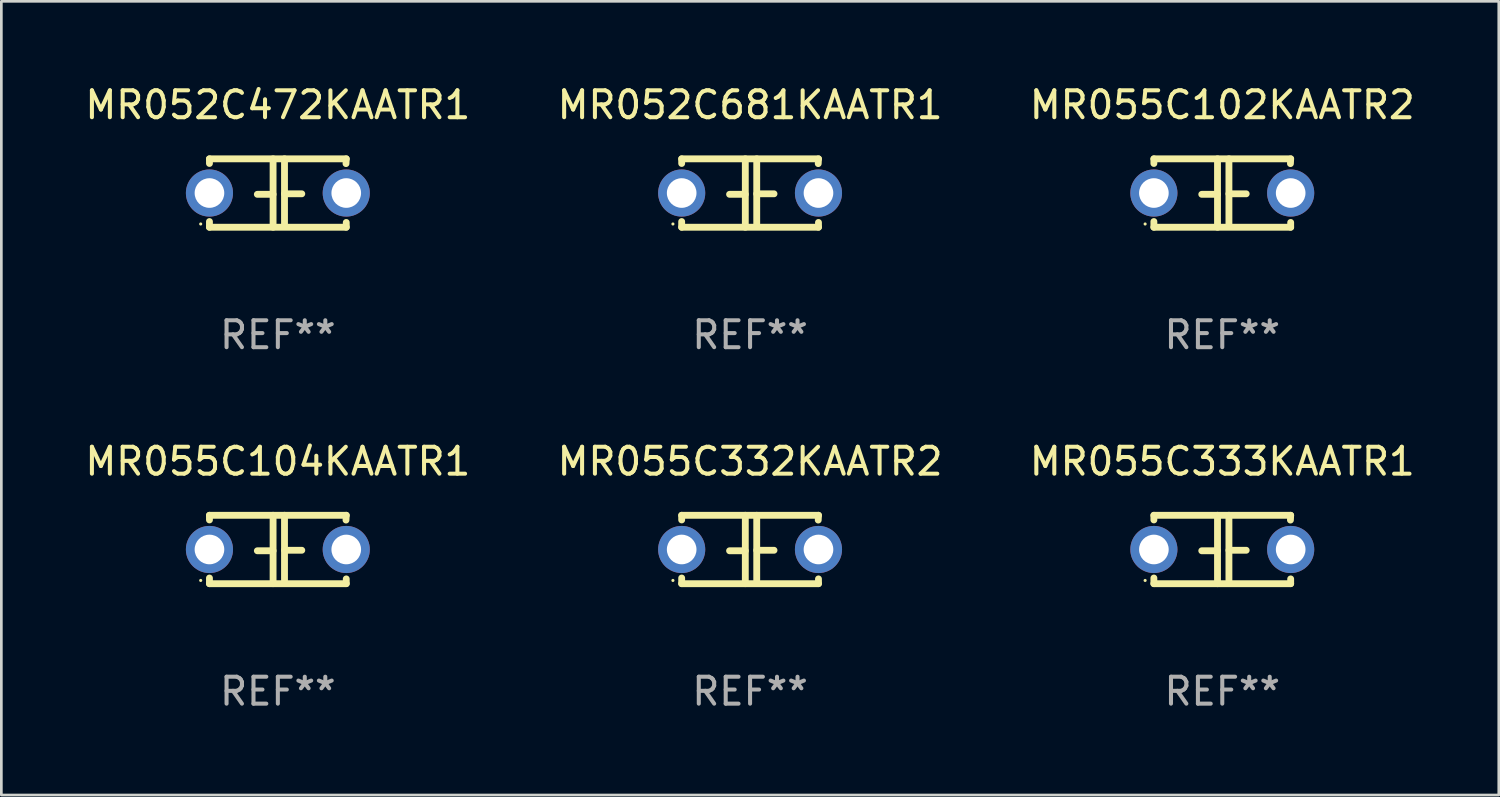
<source format=kicad_pcb>
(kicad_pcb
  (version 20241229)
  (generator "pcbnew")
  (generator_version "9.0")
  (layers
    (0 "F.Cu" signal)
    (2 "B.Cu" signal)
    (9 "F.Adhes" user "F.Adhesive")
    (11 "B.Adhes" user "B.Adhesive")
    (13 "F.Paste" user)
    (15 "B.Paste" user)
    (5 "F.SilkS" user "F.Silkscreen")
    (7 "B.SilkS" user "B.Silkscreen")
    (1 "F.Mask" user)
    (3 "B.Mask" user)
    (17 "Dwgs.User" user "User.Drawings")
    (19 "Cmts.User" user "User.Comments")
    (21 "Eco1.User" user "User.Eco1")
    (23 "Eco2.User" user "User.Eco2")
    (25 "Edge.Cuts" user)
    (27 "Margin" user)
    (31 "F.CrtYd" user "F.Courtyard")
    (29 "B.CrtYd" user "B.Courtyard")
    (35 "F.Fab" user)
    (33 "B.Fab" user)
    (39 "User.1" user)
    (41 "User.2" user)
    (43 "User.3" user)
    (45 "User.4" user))
  (footprint "MR052C681KAATR1"
    (layer "F.Cu")
    (at 24.804 4.118)
    (property "Reference" "MR052C681KAATR1" (at 0 -3.27 0) (layer "F.SilkS") (effects (font (size 1 1) (thickness 0.15))))
    (attr through_hole)
    (fp_line (start -2.54 -1.27) (end 2.54 -1.27) (stroke (width 0.254) (type solid)) (layer "F.SilkS"))
    (fp_line (start -2.54 -1.097) (end -2.54 -1.27) (stroke (width 0.254) (type solid)) (layer "F.SilkS"))
    (fp_line (start -2.54 1.27) (end -2.54 1.059) (stroke (width 0.254) (type solid)) (layer "F.SilkS"))
    (fp_line (start -0.177 -1.27) (end -0.177 1.27) (stroke (width 0.254) (type solid)) (layer "F.SilkS"))
    (fp_line (start -0.177 0.048) (end -0.762 0.048) (stroke (width 0.254) (type solid)) (layer "F.SilkS"))
    (fp_line (start 0.247 -1.27) (end 0.247 1.143) (stroke (width 0.254) (type solid)) (layer "F.SilkS"))
    (fp_line (start 0.247 0.029) (end 0.889 0.029) (stroke (width 0.254) (type solid)) (layer "F.SilkS"))
    (fp_line (start 2.54 -1.27) (end 2.531 -1.092) (stroke (width 0.254) (type solid)) (layer "F.SilkS"))
    (fp_line (start 2.54 1.092) (end 2.54 1.27) (stroke (width 0.254) (type solid)) (layer "F.SilkS"))
    (fp_line (start 2.54 1.27) (end -2.54 1.27) (stroke (width 0.254) (type solid)) (layer "F.SilkS"))
    (fp_circle (center -2.865 1.15) (end -2.835 1.15) (stroke (width 0.06) (type solid)) (fill no) (layer "F.SilkS"))
    (fp_text user "REF**" (at 0 5.27 0) (layer "F.Fab") (effects (font (size 1 1) (thickness 0.15))))
    (pad "1" thru_hole circle (at -2.54 0) (size 1.75 1.75) (drill 1.1) (layers "*.Cu" "*.Mask"))
    (pad "2" thru_hole circle (at 2.54 0) (size 1.75 1.75) (drill 1.1) (layers "*.Cu" "*.Mask")))
  (footprint "MR055C333KAATR1"
    (layer "F.Cu")
    (at 42.339 17.355)
    (property "Reference" "MR055C333KAATR1" (at 0 -3.27 0) (layer "F.SilkS") (effects (font (size 1 1) (thickness 0.15))))
    (attr through_hole)
    (fp_line (start -2.54 -1.27) (end 2.54 -1.27) (stroke (width 0.254) (type solid)) (layer "F.SilkS"))
    (fp_line (start -2.54 -1.097) (end -2.54 -1.27) (stroke (width 0.254) (type solid)) (layer "F.SilkS"))
    (fp_line (start -2.54 1.27) (end -2.54 1.059) (stroke (width 0.254) (type solid)) (layer "F.SilkS"))
    (fp_line (start -0.177 -1.27) (end -0.177 1.27) (stroke (width 0.254) (type solid)) (layer "F.SilkS"))
    (fp_line (start -0.177 0.048) (end -0.762 0.048) (stroke (width 0.254) (type solid)) (layer "F.SilkS"))
    (fp_line (start 0.247 -1.27) (end 0.247 1.143) (stroke (width 0.254) (type solid)) (layer "F.SilkS"))
    (fp_line (start 0.247 0.029) (end 0.889 0.029) (stroke (width 0.254) (type solid)) (layer "F.SilkS"))
    (fp_line (start 2.54 -1.27) (end 2.531 -1.092) (stroke (width 0.254) (type solid)) (layer "F.SilkS"))
    (fp_line (start 2.54 1.092) (end 2.54 1.27) (stroke (width 0.254) (type solid)) (layer "F.SilkS"))
    (fp_line (start 2.54 1.27) (end -2.54 1.27) (stroke (width 0.254) (type solid)) (layer "F.SilkS"))
    (fp_circle (center -2.865 1.15) (end -2.835 1.15) (stroke (width 0.06) (type solid)) (fill no) (layer "F.SilkS"))
    (fp_text user "REF**" (at 0 5.27 0) (layer "F.Fab") (effects (font (size 1 1) (thickness 0.15))))
    (pad "1" thru_hole circle (at -2.54 0) (size 1.75 1.75) (drill 1.1) (layers "*.Cu" "*.Mask"))
    (pad "2" thru_hole circle (at 2.54 0) (size 1.75 1.75) (drill 1.1) (layers "*.Cu" "*.Mask")))
  (footprint "MR055C102KAATR2"
    (layer "F.Cu")
    (at 42.339 4.118)
    (property "Reference" "MR055C102KAATR2" (at 0 -3.27 0) (layer "F.SilkS") (effects (font (size 1 1) (thickness 0.15))))
    (attr through_hole)
    (fp_line (start -2.54 -1.27) (end 2.54 -1.27) (stroke (width 0.254) (type solid)) (layer "F.SilkS"))
    (fp_line (start -2.54 -1.097) (end -2.54 -1.27) (stroke (width 0.254) (type solid)) (layer "F.SilkS"))
    (fp_line (start -2.54 1.27) (end -2.54 1.059) (stroke (width 0.254) (type solid)) (layer "F.SilkS"))
    (fp_line (start -0.177 -1.27) (end -0.177 1.27) (stroke (width 0.254) (type solid)) (layer "F.SilkS"))
    (fp_line (start -0.177 0.048) (end -0.762 0.048) (stroke (width 0.254) (type solid)) (layer "F.SilkS"))
    (fp_line (start 0.247 -1.27) (end 0.247 1.143) (stroke (width 0.254) (type solid)) (layer "F.SilkS"))
    (fp_line (start 0.247 0.029) (end 0.889 0.029) (stroke (width 0.254) (type solid)) (layer "F.SilkS"))
    (fp_line (start 2.54 -1.27) (end 2.531 -1.092) (stroke (width 0.254) (type solid)) (layer "F.SilkS"))
    (fp_line (start 2.54 1.092) (end 2.54 1.27) (stroke (width 0.254) (type solid)) (layer "F.SilkS"))
    (fp_line (start 2.54 1.27) (end -2.54 1.27) (stroke (width 0.254) (type solid)) (layer "F.SilkS"))
    (fp_circle (center -2.865 1.15) (end -2.835 1.15) (stroke (width 0.06) (type solid)) (fill no) (layer "F.SilkS"))
    (fp_text user "REF**" (at 0 5.27 0) (layer "F.Fab") (effects (font (size 1 1) (thickness 0.15))))
    (pad "1" thru_hole circle (at -2.54 0) (size 1.75 1.75) (drill 1.1) (layers "*.Cu" "*.Mask"))
    (pad "2" thru_hole circle (at 2.54 0) (size 1.75 1.75) (drill 1.1) (layers "*.Cu" "*.Mask")))
  (footprint "MR055C332KAATR2"
    (layer "F.Cu")
    (at 24.804 17.355)
    (property "Reference" "MR055C332KAATR2" (at 0 -3.27 0) (layer "F.SilkS") (effects (font (size 1 1) (thickness 0.15))))
    (attr through_hole)
    (fp_line (start -2.54 -1.27) (end 2.54 -1.27) (stroke (width 0.254) (type solid)) (layer "F.SilkS"))
    (fp_line (start -2.54 -1.097) (end -2.54 -1.27) (stroke (width 0.254) (type solid)) (layer "F.SilkS"))
    (fp_line (start -2.54 1.27) (end -2.54 1.059) (stroke (width 0.254) (type solid)) (layer "F.SilkS"))
    (fp_line (start -0.177 -1.27) (end -0.177 1.27) (stroke (width 0.254) (type solid)) (layer "F.SilkS"))
    (fp_line (start -0.177 0.048) (end -0.762 0.048) (stroke (width 0.254) (type solid)) (layer "F.SilkS"))
    (fp_line (start 0.247 -1.27) (end 0.247 1.143) (stroke (width 0.254) (type solid)) (layer "F.SilkS"))
    (fp_line (start 0.247 0.029) (end 0.889 0.029) (stroke (width 0.254) (type solid)) (layer "F.SilkS"))
    (fp_line (start 2.54 -1.27) (end 2.531 -1.092) (stroke (width 0.254) (type solid)) (layer "F.SilkS"))
    (fp_line (start 2.54 1.092) (end 2.54 1.27) (stroke (width 0.254) (type solid)) (layer "F.SilkS"))
    (fp_line (start 2.54 1.27) (end -2.54 1.27) (stroke (width 0.254) (type solid)) (layer "F.SilkS"))
    (fp_circle (center -2.865 1.15) (end -2.835 1.15) (stroke (width 0.06) (type solid)) (fill no) (layer "F.SilkS"))
    (fp_text user "REF**" (at 0 5.27 0) (layer "F.Fab") (effects (font (size 1 1) (thickness 0.15))))
    (pad "1" thru_hole circle (at -2.54 0) (size 1.75 1.75) (drill 1.1) (layers "*.Cu" "*.Mask"))
    (pad "2" thru_hole circle (at 2.54 0) (size 1.75 1.75) (drill 1.1) (layers "*.Cu" "*.Mask")))
  (footprint "MR055C104KAATR1"
    (layer "F.Cu")
    (at 7.268 17.355)
    (property "Reference" "MR055C104KAATR1" (at 0 -3.27 0) (layer "F.SilkS") (effects (font (size 1 1) (thickness 0.15))))
    (attr through_hole)
    (fp_line (start -2.54 -1.27) (end 2.54 -1.27) (stroke (width 0.254) (type solid)) (layer "F.SilkS"))
    (fp_line (start -2.54 -1.097) (end -2.54 -1.27) (stroke (width 0.254) (type solid)) (layer "F.SilkS"))
    (fp_line (start -2.54 1.27) (end -2.54 1.059) (stroke (width 0.254) (type solid)) (layer "F.SilkS"))
    (fp_line (start -0.177 -1.27) (end -0.177 1.27) (stroke (width 0.254) (type solid)) (layer "F.SilkS"))
    (fp_line (start -0.177 0.048) (end -0.762 0.048) (stroke (width 0.254) (type solid)) (layer "F.SilkS"))
    (fp_line (start 0.247 -1.27) (end 0.247 1.143) (stroke (width 0.254) (type solid)) (layer "F.SilkS"))
    (fp_line (start 0.247 0.029) (end 0.889 0.029) (stroke (width 0.254) (type solid)) (layer "F.SilkS"))
    (fp_line (start 2.54 -1.27) (end 2.531 -1.092) (stroke (width 0.254) (type solid)) (layer "F.SilkS"))
    (fp_line (start 2.54 1.092) (end 2.54 1.27) (stroke (width 0.254) (type solid)) (layer "F.SilkS"))
    (fp_line (start 2.54 1.27) (end -2.54 1.27) (stroke (width 0.254) (type solid)) (layer "F.SilkS"))
    (fp_circle (center -2.865 1.15) (end -2.835 1.15) (stroke (width 0.06) (type solid)) (fill no) (layer "F.SilkS"))
    (fp_text user "REF**" (at 0 5.27 0) (layer "F.Fab") (effects (font (size 1 1) (thickness 0.15))))
    (pad "1" thru_hole circle (at -2.54 0) (size 1.75 1.75) (drill 1.1) (layers "*.Cu" "*.Mask"))
    (pad "2" thru_hole circle (at 2.54 0) (size 1.75 1.75) (drill 1.1) (layers "*.Cu" "*.Mask")))
  (footprint "MR052C472KAATR1"
    (layer "F.Cu")
    (at 7.268 4.118)
    (property "Reference" "MR052C472KAATR1" (at 0 -3.27 0) (layer "F.SilkS") (effects (font (size 1 1) (thickness 0.15))))
    (attr through_hole)
    (fp_line (start -2.54 -1.27) (end 2.54 -1.27) (stroke (width 0.254) (type solid)) (layer "F.SilkS"))
    (fp_line (start -2.54 -1.097) (end -2.54 -1.27) (stroke (width 0.254) (type solid)) (layer "F.SilkS"))
    (fp_line (start -2.54 1.27) (end -2.54 1.059) (stroke (width 0.254) (type solid)) (layer "F.SilkS"))
    (fp_line (start -0.177 -1.27) (end -0.177 1.27) (stroke (width 0.254) (type solid)) (layer "F.SilkS"))
    (fp_line (start -0.177 0.048) (end -0.762 0.048) (stroke (width 0.254) (type solid)) (layer "F.SilkS"))
    (fp_line (start 0.247 -1.27) (end 0.247 1.143) (stroke (width 0.254) (type solid)) (layer "F.SilkS"))
    (fp_line (start 0.247 0.029) (end 0.889 0.029) (stroke (width 0.254) (type solid)) (layer "F.SilkS"))
    (fp_line (start 2.54 -1.27) (end 2.531 -1.092) (stroke (width 0.254) (type solid)) (layer "F.SilkS"))
    (fp_line (start 2.54 1.092) (end 2.54 1.27) (stroke (width 0.254) (type solid)) (layer "F.SilkS"))
    (fp_line (start 2.54 1.27) (end -2.54 1.27) (stroke (width 0.254) (type solid)) (layer "F.SilkS"))
    (fp_circle (center -2.865 1.15) (end -2.835 1.15) (stroke (width 0.06) (type solid)) (fill no) (layer "F.SilkS"))
    (fp_text user "REF**" (at 0 5.27 0) (layer "F.Fab") (effects (font (size 1 1) (thickness 0.15))))
    (pad "1" thru_hole circle (at -2.54 0) (size 1.75 1.75) (drill 1.1) (layers "*.Cu" "*.Mask"))
    (pad "2" thru_hole circle (at 2.54 0) (size 1.75 1.75) (drill 1.1) (layers "*.Cu" "*.Mask")))
  (gr_rect
    (start -3 -3)
    (end 52.607 26.473)
    (stroke (width 0.1) (type default))
    (fill no)
    (layer "Edge.Cuts")))
</source>
